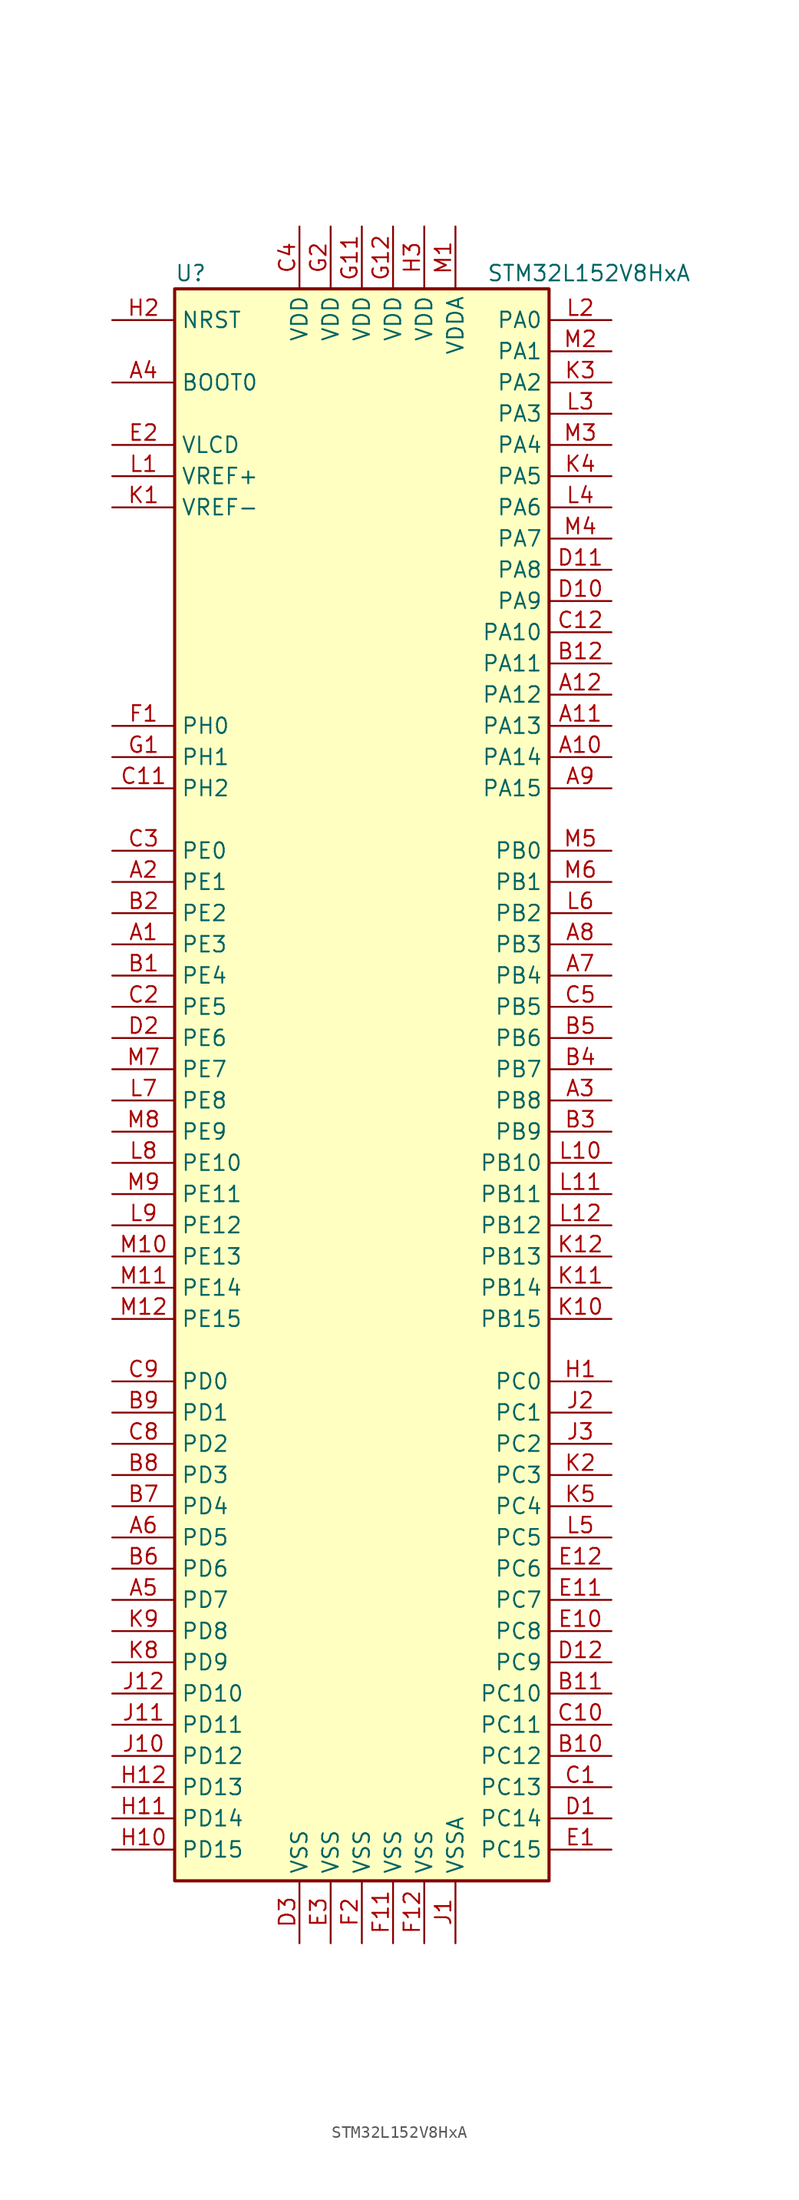
<source format=kicad_sym>
(kicad_symbol_lib
  (version 20201005)
  (generator kicad_symbol_editor)
  (symbol "STM32L152V8HxA"
    (property "Reference" "U"
      (at -15.24 64.77 0)
      (effects (font (size 1.27 1.27)) (justify left)))
    (property "Value" "STM32L152V8HxA"
      (at 10.16 64.77 0)
      (effects (font (size 1.27 1.27)) (justify left)))
    (symbol "STM32L152V8HxA_0_1"
      (rectangle (start -15.24 -66.04) (end 15.24 63.5) (stroke (width 0.254)) (fill (type background))))
    (symbol "STM32L152V8HxA_1_1"
      (pin bidirectional line (at -20.32 10.16 0) (length 5.08) (name "PE3" (effects (font (size 1.27 1.27)))) (number "A1" (effects (font (size 1.27 1.27)))))
      (pin bidirectional line (at 20.32 25.4 180) (length 5.08) (name "PA14" (effects (font (size 1.27 1.27)))) (number "A10" (effects (font (size 1.27 1.27)))))
      (pin bidirectional line (at 20.32 27.94 180) (length 5.08) (name "PA13" (effects (font (size 1.27 1.27)))) (number "A11" (effects (font (size 1.27 1.27)))))
      (pin bidirectional line (at 20.32 30.48 180) (length 5.08) (name "PA12" (effects (font (size 1.27 1.27)))) (number "A12" (effects (font (size 1.27 1.27)))))
      (pin bidirectional line (at -20.32 15.24 0) (length 5.08) (name "PE1" (effects (font (size 1.27 1.27)))) (number "A2" (effects (font (size 1.27 1.27)))))
      (pin bidirectional line (at 20.32 -2.54 180) (length 5.08) (name "PB8" (effects (font (size 1.27 1.27)))) (number "A3" (effects (font (size 1.27 1.27)))))
      (pin input line (at -20.32 55.88 0) (length 5.08) (name "BOOT0" (effects (font (size 1.27 1.27)))) (number "A4" (effects (font (size 1.27 1.27)))))
      (pin bidirectional line (at -20.32 -43.18 0) (length 5.08) (name "PD7" (effects (font (size 1.27 1.27)))) (number "A5" (effects (font (size 1.27 1.27)))))
      (pin bidirectional line (at -20.32 -38.1 0) (length 5.08) (name "PD5" (effects (font (size 1.27 1.27)))) (number "A6" (effects (font (size 1.27 1.27)))))
      (pin bidirectional line (at 20.32 7.62 180) (length 5.08) (name "PB4" (effects (font (size 1.27 1.27)))) (number "A7" (effects (font (size 1.27 1.27)))))
      (pin bidirectional line (at 20.32 10.16 180) (length 5.08) (name "PB3" (effects (font (size 1.27 1.27)))) (number "A8" (effects (font (size 1.27 1.27)))))
      (pin bidirectional line (at 20.32 22.86 180) (length 5.08) (name "PA15" (effects (font (size 1.27 1.27)))) (number "A9" (effects (font (size 1.27 1.27)))))
      (pin bidirectional line (at -20.32 7.62 0) (length 5.08) (name "PE4" (effects (font (size 1.27 1.27)))) (number "B1" (effects (font (size 1.27 1.27)))))
      (pin bidirectional line (at 20.32 -55.88 180) (length 5.08) (name "PC12" (effects (font (size 1.27 1.27)))) (number "B10" (effects (font (size 1.27 1.27)))))
      (pin bidirectional line (at 20.32 -50.8 180) (length 5.08) (name "PC10" (effects (font (size 1.27 1.27)))) (number "B11" (effects (font (size 1.27 1.27)))))
      (pin bidirectional line (at 20.32 33.02 180) (length 5.08) (name "PA11" (effects (font (size 1.27 1.27)))) (number "B12" (effects (font (size 1.27 1.27)))))
      (pin bidirectional line (at -20.32 12.7 0) (length 5.08) (name "PE2" (effects (font (size 1.27 1.27)))) (number "B2" (effects (font (size 1.27 1.27)))))
      (pin bidirectional line (at 20.32 -5.08 180) (length 5.08) (name "PB9" (effects (font (size 1.27 1.27)))) (number "B3" (effects (font (size 1.27 1.27)))))
      (pin bidirectional line (at 20.32 0 180) (length 5.08) (name "PB7" (effects (font (size 1.27 1.27)))) (number "B4" (effects (font (size 1.27 1.27)))))
      (pin bidirectional line (at 20.32 2.54 180) (length 5.08) (name "PB6" (effects (font (size 1.27 1.27)))) (number "B5" (effects (font (size 1.27 1.27)))))
      (pin bidirectional line (at -20.32 -40.64 0) (length 5.08) (name "PD6" (effects (font (size 1.27 1.27)))) (number "B6" (effects (font (size 1.27 1.27)))))
      (pin bidirectional line (at -20.32 -35.56 0) (length 5.08) (name "PD4" (effects (font (size 1.27 1.27)))) (number "B7" (effects (font (size 1.27 1.27)))))
      (pin bidirectional line (at -20.32 -33.02 0) (length 5.08) (name "PD3" (effects (font (size 1.27 1.27)))) (number "B8" (effects (font (size 1.27 1.27)))))
      (pin bidirectional line (at -20.32 -27.94 0) (length 5.08) (name "PD1" (effects (font (size 1.27 1.27)))) (number "B9" (effects (font (size 1.27 1.27)))))
      (pin bidirectional line (at 20.32 -58.42 180) (length 5.08) (name "PC13" (effects (font (size 1.27 1.27)))) (number "C1" (effects (font (size 1.27 1.27)))))
      (pin bidirectional line (at 20.32 -53.34 180) (length 5.08) (name "PC11" (effects (font (size 1.27 1.27)))) (number "C10" (effects (font (size 1.27 1.27)))))
      (pin bidirectional line (at -20.32 22.86 0) (length 5.08) (name "PH2" (effects (font (size 1.27 1.27)))) (number "C11" (effects (font (size 1.27 1.27)))))
      (pin bidirectional line (at 20.32 35.56 180) (length 5.08) (name "PA10" (effects (font (size 1.27 1.27)))) (number "C12" (effects (font (size 1.27 1.27)))))
      (pin bidirectional line (at -20.32 5.08 0) (length 5.08) (name "PE5" (effects (font (size 1.27 1.27)))) (number "C2" (effects (font (size 1.27 1.27)))))
      (pin bidirectional line (at -20.32 17.78 0) (length 5.08) (name "PE0" (effects (font (size 1.27 1.27)))) (number "C3" (effects (font (size 1.27 1.27)))))
      (pin power_in line (at -5.08 68.58 270) (length 5.08) (name "VDD" (effects (font (size 1.27 1.27)))) (number "C4" (effects (font (size 1.27 1.27)))))
      (pin bidirectional line (at 20.32 5.08 180) (length 5.08) (name "PB5" (effects (font (size 1.27 1.27)))) (number "C5" (effects (font (size 1.27 1.27)))))
      (pin bidirectional line (at -20.32 -30.48 0) (length 5.08) (name "PD2" (effects (font (size 1.27 1.27)))) (number "C8" (effects (font (size 1.27 1.27)))))
      (pin bidirectional line (at -20.32 -25.4 0) (length 5.08) (name "PD0" (effects (font (size 1.27 1.27)))) (number "C9" (effects (font (size 1.27 1.27)))))
      (pin bidirectional line (at 20.32 -60.96 180) (length 5.08) (name "PC14" (effects (font (size 1.27 1.27)))) (number "D1" (effects (font (size 1.27 1.27)))))
      (pin bidirectional line (at 20.32 38.1 180) (length 5.08) (name "PA9" (effects (font (size 1.27 1.27)))) (number "D10" (effects (font (size 1.27 1.27)))))
      (pin bidirectional line (at 20.32 40.64 180) (length 5.08) (name "PA8" (effects (font (size 1.27 1.27)))) (number "D11" (effects (font (size 1.27 1.27)))))
      (pin bidirectional line (at 20.32 -48.26 180) (length 5.08) (name "PC9" (effects (font (size 1.27 1.27)))) (number "D12" (effects (font (size 1.27 1.27)))))
      (pin bidirectional line (at -20.32 2.54 0) (length 5.08) (name "PE6" (effects (font (size 1.27 1.27)))) (number "D2" (effects (font (size 1.27 1.27)))))
      (pin power_in line (at -5.08 -71.12 90) (length 5.08) (name "VSS" (effects (font (size 1.27 1.27)))) (number "D3" (effects (font (size 1.27 1.27)))))
      (pin bidirectional line (at 20.32 -63.5 180) (length 5.08) (name "PC15" (effects (font (size 1.27 1.27)))) (number "E1" (effects (font (size 1.27 1.27)))))
      (pin bidirectional line (at 20.32 -45.72 180) (length 5.08) (name "PC8" (effects (font (size 1.27 1.27)))) (number "E10" (effects (font (size 1.27 1.27)))))
      (pin bidirectional line (at 20.32 -43.18 180) (length 5.08) (name "PC7" (effects (font (size 1.27 1.27)))) (number "E11" (effects (font (size 1.27 1.27)))))
      (pin bidirectional line (at 20.32 -40.64 180) (length 5.08) (name "PC6" (effects (font (size 1.27 1.27)))) (number "E12" (effects (font (size 1.27 1.27)))))
      (pin power_in line (at -20.32 50.8 0) (length 5.08) (name "VLCD" (effects (font (size 1.27 1.27)))) (number "E2" (effects (font (size 1.27 1.27)))))
      (pin power_in line (at -2.54 -71.12 90) (length 5.08) (name "VSS" (effects (font (size 1.27 1.27)))) (number "E3" (effects (font (size 1.27 1.27)))))
      (pin input line (at -20.32 27.94 0) (length 5.08) (name "PH0" (effects (font (size 1.27 1.27)))) (number "F1" (effects (font (size 1.27 1.27)))))
      (pin power_in line (at 2.54 -71.12 90) (length 5.08) (name "VSS" (effects (font (size 1.27 1.27)))) (number "F11" (effects (font (size 1.27 1.27)))))
      (pin power_in line (at 5.08 -71.12 90) (length 5.08) (name "VSS" (effects (font (size 1.27 1.27)))) (number "F12" (effects (font (size 1.27 1.27)))))
      (pin power_in line (at 0 -71.12 90) (length 5.08) (name "VSS" (effects (font (size 1.27 1.27)))) (number "F2" (effects (font (size 1.27 1.27)))))
      (pin input line (at -20.32 25.4 0) (length 5.08) (name "PH1" (effects (font (size 1.27 1.27)))) (number "G1" (effects (font (size 1.27 1.27)))))
      (pin power_in line (at 0 68.58 270) (length 5.08) (name "VDD" (effects (font (size 1.27 1.27)))) (number "G11" (effects (font (size 1.27 1.27)))))
      (pin power_in line (at 2.54 68.58 270) (length 5.08) (name "VDD" (effects (font (size 1.27 1.27)))) (number "G12" (effects (font (size 1.27 1.27)))))
      (pin power_in line (at -2.54 68.58 270) (length 5.08) (name "VDD" (effects (font (size 1.27 1.27)))) (number "G2" (effects (font (size 1.27 1.27)))))
      (pin bidirectional line (at 20.32 -25.4 180) (length 5.08) (name "PC0" (effects (font (size 1.27 1.27)))) (number "H1" (effects (font (size 1.27 1.27)))))
      (pin bidirectional line (at -20.32 -63.5 0) (length 5.08) (name "PD15" (effects (font (size 1.27 1.27)))) (number "H10" (effects (font (size 1.27 1.27)))))
      (pin bidirectional line (at -20.32 -60.96 0) (length 5.08) (name "PD14" (effects (font (size 1.27 1.27)))) (number "H11" (effects (font (size 1.27 1.27)))))
      (pin bidirectional line (at -20.32 -58.42 0) (length 5.08) (name "PD13" (effects (font (size 1.27 1.27)))) (number "H12" (effects (font (size 1.27 1.27)))))
      (pin input line (at -20.32 60.96 0) (length 5.08) (name "NRST" (effects (font (size 1.27 1.27)))) (number "H2" (effects (font (size 1.27 1.27)))))
      (pin power_in line (at 5.08 68.58 270) (length 5.08) (name "VDD" (effects (font (size 1.27 1.27)))) (number "H3" (effects (font (size 1.27 1.27)))))
      (pin power_in line (at 7.62 -71.12 90) (length 5.08) (name "VSSA" (effects (font (size 1.27 1.27)))) (number "J1" (effects (font (size 1.27 1.27)))))
      (pin bidirectional line (at -20.32 -55.88 0) (length 5.08) (name "PD12" (effects (font (size 1.27 1.27)))) (number "J10" (effects (font (size 1.27 1.27)))))
      (pin bidirectional line (at -20.32 -53.34 0) (length 5.08) (name "PD11" (effects (font (size 1.27 1.27)))) (number "J11" (effects (font (size 1.27 1.27)))))
      (pin bidirectional line (at -20.32 -50.8 0) (length 5.08) (name "PD10" (effects (font (size 1.27 1.27)))) (number "J12" (effects (font (size 1.27 1.27)))))
      (pin bidirectional line (at 20.32 -27.94 180) (length 5.08) (name "PC1" (effects (font (size 1.27 1.27)))) (number "J2" (effects (font (size 1.27 1.27)))))
      (pin bidirectional line (at 20.32 -30.48 180) (length 5.08) (name "PC2" (effects (font (size 1.27 1.27)))) (number "J3" (effects (font (size 1.27 1.27)))))
      (pin power_in line (at -20.32 45.72 0) (length 5.08) (name "VREF-" (effects (font (size 1.27 1.27)))) (number "K1" (effects (font (size 1.27 1.27)))))
      (pin bidirectional line (at 20.32 -20.32 180) (length 5.08) (name "PB15" (effects (font (size 1.27 1.27)))) (number "K10" (effects (font (size 1.27 1.27)))))
      (pin bidirectional line (at 20.32 -17.78 180) (length 5.08) (name "PB14" (effects (font (size 1.27 1.27)))) (number "K11" (effects (font (size 1.27 1.27)))))
      (pin bidirectional line (at 20.32 -15.24 180) (length 5.08) (name "PB13" (effects (font (size 1.27 1.27)))) (number "K12" (effects (font (size 1.27 1.27)))))
      (pin bidirectional line (at 20.32 -33.02 180) (length 5.08) (name "PC3" (effects (font (size 1.27 1.27)))) (number "K2" (effects (font (size 1.27 1.27)))))
      (pin bidirectional line (at 20.32 55.88 180) (length 5.08) (name "PA2" (effects (font (size 1.27 1.27)))) (number "K3" (effects (font (size 1.27 1.27)))))
      (pin bidirectional line (at 20.32 48.26 180) (length 5.08) (name "PA5" (effects (font (size 1.27 1.27)))) (number "K4" (effects (font (size 1.27 1.27)))))
      (pin bidirectional line (at 20.32 -35.56 180) (length 5.08) (name "PC4" (effects (font (size 1.27 1.27)))) (number "K5" (effects (font (size 1.27 1.27)))))
      (pin bidirectional line (at -20.32 -48.26 0) (length 5.08) (name "PD9" (effects (font (size 1.27 1.27)))) (number "K8" (effects (font (size 1.27 1.27)))))
      (pin bidirectional line (at -20.32 -45.72 0) (length 5.08) (name "PD8" (effects (font (size 1.27 1.27)))) (number "K9" (effects (font (size 1.27 1.27)))))
      (pin power_in line (at -20.32 48.26 0) (length 5.08) (name "VREF+" (effects (font (size 1.27 1.27)))) (number "L1" (effects (font (size 1.27 1.27)))))
      (pin bidirectional line (at 20.32 -7.62 180) (length 5.08) (name "PB10" (effects (font (size 1.27 1.27)))) (number "L10" (effects (font (size 1.27 1.27)))))
      (pin bidirectional line (at 20.32 -10.16 180) (length 5.08) (name "PB11" (effects (font (size 1.27 1.27)))) (number "L11" (effects (font (size 1.27 1.27)))))
      (pin bidirectional line (at 20.32 -12.7 180) (length 5.08) (name "PB12" (effects (font (size 1.27 1.27)))) (number "L12" (effects (font (size 1.27 1.27)))))
      (pin bidirectional line (at 20.32 60.96 180) (length 5.08) (name "PA0" (effects (font (size 1.27 1.27)))) (number "L2" (effects (font (size 1.27 1.27)))))
      (pin bidirectional line (at 20.32 53.34 180) (length 5.08) (name "PA3" (effects (font (size 1.27 1.27)))) (number "L3" (effects (font (size 1.27 1.27)))))
      (pin bidirectional line (at 20.32 45.72 180) (length 5.08) (name "PA6" (effects (font (size 1.27 1.27)))) (number "L4" (effects (font (size 1.27 1.27)))))
      (pin bidirectional line (at 20.32 -38.1 180) (length 5.08) (name "PC5" (effects (font (size 1.27 1.27)))) (number "L5" (effects (font (size 1.27 1.27)))))
      (pin bidirectional line (at 20.32 12.7 180) (length 5.08) (name "PB2" (effects (font (size 1.27 1.27)))) (number "L6" (effects (font (size 1.27 1.27)))))
      (pin bidirectional line (at -20.32 -2.54 0) (length 5.08) (name "PE8" (effects (font (size 1.27 1.27)))) (number "L7" (effects (font (size 1.27 1.27)))))
      (pin bidirectional line (at -20.32 -7.62 0) (length 5.08) (name "PE10" (effects (font (size 1.27 1.27)))) (number "L8" (effects (font (size 1.27 1.27)))))
      (pin bidirectional line (at -20.32 -12.7 0) (length 5.08) (name "PE12" (effects (font (size 1.27 1.27)))) (number "L9" (effects (font (size 1.27 1.27)))))
      (pin power_in line (at 7.62 68.58 270) (length 5.08) (name "VDDA" (effects (font (size 1.27 1.27)))) (number "M1" (effects (font (size 1.27 1.27)))))
      (pin bidirectional line (at -20.32 -15.24 0) (length 5.08) (name "PE13" (effects (font (size 1.27 1.27)))) (number "M10" (effects (font (size 1.27 1.27)))))
      (pin bidirectional line (at -20.32 -17.78 0) (length 5.08) (name "PE14" (effects (font (size 1.27 1.27)))) (number "M11" (effects (font (size 1.27 1.27)))))
      (pin bidirectional line (at -20.32 -20.32 0) (length 5.08) (name "PE15" (effects (font (size 1.27 1.27)))) (number "M12" (effects (font (size 1.27 1.27)))))
      (pin bidirectional line (at 20.32 58.42 180) (length 5.08) (name "PA1" (effects (font (size 1.27 1.27)))) (number "M2" (effects (font (size 1.27 1.27)))))
      (pin bidirectional line (at 20.32 50.8 180) (length 5.08) (name "PA4" (effects (font (size 1.27 1.27)))) (number "M3" (effects (font (size 1.27 1.27)))))
      (pin bidirectional line (at 20.32 43.18 180) (length 5.08) (name "PA7" (effects (font (size 1.27 1.27)))) (number "M4" (effects (font (size 1.27 1.27)))))
      (pin bidirectional line (at 20.32 17.78 180) (length 5.08) (name "PB0" (effects (font (size 1.27 1.27)))) (number "M5" (effects (font (size 1.27 1.27)))))
      (pin bidirectional line (at 20.32 15.24 180) (length 5.08) (name "PB1" (effects (font (size 1.27 1.27)))) (number "M6" (effects (font (size 1.27 1.27)))))
      (pin bidirectional line (at -20.32 0 0) (length 5.08) (name "PE7" (effects (font (size 1.27 1.27)))) (number "M7" (effects (font (size 1.27 1.27)))))
      (pin bidirectional line (at -20.32 -5.08 0) (length 5.08) (name "PE9" (effects (font (size 1.27 1.27)))) (number "M8" (effects (font (size 1.27 1.27)))))
      (pin bidirectional line (at -20.32 -10.16 0) (length 5.08) (name "PE11" (effects (font (size 1.27 1.27)))) (number "M9" (effects (font (size 1.27 1.27))))))))
</source>
